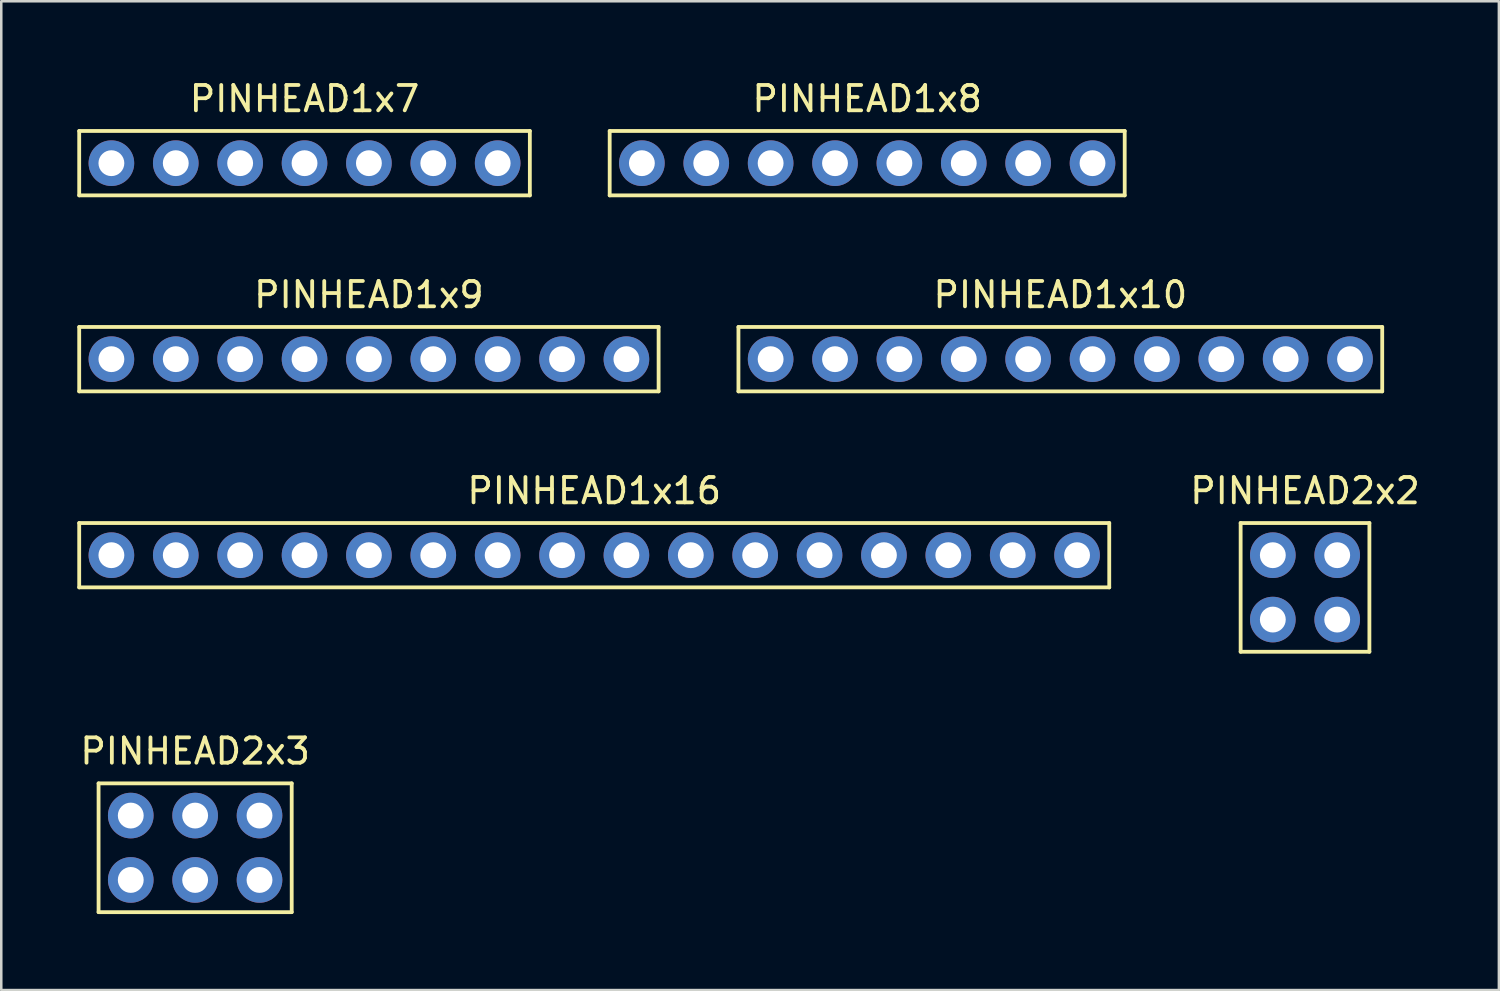
<source format=kicad_pcb>
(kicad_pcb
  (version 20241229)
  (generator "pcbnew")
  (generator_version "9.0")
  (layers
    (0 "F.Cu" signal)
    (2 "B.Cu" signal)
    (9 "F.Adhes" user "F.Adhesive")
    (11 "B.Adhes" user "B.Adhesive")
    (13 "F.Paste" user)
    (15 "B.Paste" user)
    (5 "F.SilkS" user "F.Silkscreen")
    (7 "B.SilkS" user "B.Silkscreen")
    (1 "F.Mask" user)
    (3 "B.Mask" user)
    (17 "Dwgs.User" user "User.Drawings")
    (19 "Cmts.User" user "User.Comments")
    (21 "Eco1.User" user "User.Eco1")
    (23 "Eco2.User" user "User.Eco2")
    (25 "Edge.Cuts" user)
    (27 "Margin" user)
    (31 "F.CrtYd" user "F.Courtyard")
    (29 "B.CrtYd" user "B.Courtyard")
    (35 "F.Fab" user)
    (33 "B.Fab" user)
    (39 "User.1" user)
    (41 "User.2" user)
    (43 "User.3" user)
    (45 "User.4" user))
  (footprint "PINHEAD1x10"
    (layer "F.Cu")
    (at 38.785 11.121)
    (property "Reference" "PINHEAD1x10" (at 0 -2.54 0) (layer "F.SilkS") (effects (font (size 1 1) (thickness 0.15))))
    (attr through_hole)
    (fp_line (start -12.7 -1.27) (end 12.7 -1.27) (stroke (width 0.15) (type solid)) (layer "F.SilkS"))
    (fp_line (start -12.7 1.27) (end -12.7 -1.27) (stroke (width 0.15) (type solid)) (layer "F.SilkS"))
    (fp_line (start 12.7 -1.27) (end 12.7 1.27) (stroke (width 0.15) (type solid)) (layer "F.SilkS"))
    (fp_line (start 12.7 1.27) (end -12.7 1.27) (stroke (width 0.15) (type solid)) (layer "F.SilkS"))
    (pad "1" thru_hole circle (at -11.43 0) (size 1.8 1.8) (drill 1.02) (layers "*.Cu" "*.Mask"))
    (pad "2" thru_hole circle (at -8.89 0) (size 1.8 1.8) (drill 1.02) (layers "*.Cu" "*.Mask"))
    (pad "3" thru_hole circle (at -6.35 0) (size 1.8 1.8) (drill 1.02) (layers "*.Cu" "*.Mask"))
    (pad "4" thru_hole circle (at -3.81 0) (size 1.8 1.8) (drill 1.02) (layers "*.Cu" "*.Mask"))
    (pad "5" thru_hole circle (at -1.27 0) (size 1.8 1.8) (drill 1.02) (layers "*.Cu" "*.Mask"))
    (pad "6" thru_hole circle (at 1.27 0) (size 1.8 1.8) (drill 1.02) (layers "*.Cu" "*.Mask"))
    (pad "7" thru_hole circle (at 3.81 0) (size 1.8 1.8) (drill 1.02) (layers "*.Cu" "*.Mask"))
    (pad "8" thru_hole circle (at 6.35 0) (size 1.8 1.8) (drill 1.02) (layers "*.Cu" "*.Mask"))
    (pad "9" thru_hole circle (at 8.89 0) (size 1.8 1.8) (drill 1.02) (layers "*.Cu" "*.Mask"))
    (pad "10" thru_hole circle (at 11.43 0) (size 1.8 1.8) (drill 1.02) (layers "*.Cu" "*.Mask")))
  (footprint "PINHEAD1x7"
    (layer "F.Cu")
    (at 8.965 3.388)
    (property "Reference" "PINHEAD1x7" (at 0 -2.54 0) (layer "F.SilkS") (effects (font (size 1 1) (thickness 0.15))))
    (attr through_hole)
    (fp_line (start -8.89 -1.27) (end 8.89 -1.27) (stroke (width 0.15) (type solid)) (layer "F.SilkS"))
    (fp_line (start -8.89 1.27) (end -8.89 -1.27) (stroke (width 0.15) (type solid)) (layer "F.SilkS"))
    (fp_line (start 8.89 -1.27) (end 8.89 1.27) (stroke (width 0.15) (type solid)) (layer "F.SilkS"))
    (fp_line (start 8.89 1.27) (end -8.89 1.27) (stroke (width 0.15) (type solid)) (layer "F.SilkS"))
    (pad "1" thru_hole circle (at -7.62 0) (size 1.8 1.8) (drill 1.02) (layers "*.Cu" "*.Mask"))
    (pad "2" thru_hole circle (at -5.08 0) (size 1.8 1.8) (drill 1.02) (layers "*.Cu" "*.Mask"))
    (pad "3" thru_hole circle (at -2.54 0) (size 1.8 1.8) (drill 1.02) (layers "*.Cu" "*.Mask"))
    (pad "4" thru_hole circle (at 0 0) (size 1.8 1.8) (drill 1.02) (layers "*.Cu" "*.Mask"))
    (pad "5" thru_hole circle (at 2.54 0) (size 1.8 1.8) (drill 1.02) (layers "*.Cu" "*.Mask"))
    (pad "6" thru_hole circle (at 5.08 0) (size 1.8 1.8) (drill 1.02) (layers "*.Cu" "*.Mask"))
    (pad "7" thru_hole circle (at 7.62 0) (size 1.8 1.8) (drill 1.02) (layers "*.Cu" "*.Mask")))
  (footprint "PINHEAD1x9"
    (layer "F.Cu")
    (at 11.505 11.121)
    (property "Reference" "PINHEAD1x9" (at 0 -2.54 0) (layer "F.SilkS") (effects (font (size 1 1) (thickness 0.15))))
    (attr through_hole)
    (fp_line (start -11.43 -1.27) (end 11.43 -1.27) (stroke (width 0.15) (type solid)) (layer "F.SilkS"))
    (fp_line (start -11.43 1.27) (end -11.43 -1.27) (stroke (width 0.15) (type solid)) (layer "F.SilkS"))
    (fp_line (start 11.43 -1.27) (end 11.43 1.27) (stroke (width 0.15) (type solid)) (layer "F.SilkS"))
    (fp_line (start 11.43 1.27) (end -11.43 1.27) (stroke (width 0.15) (type solid)) (layer "F.SilkS"))
    (pad "1" thru_hole circle (at -10.16 0) (size 1.8 1.8) (drill 1.02) (layers "*.Cu" "*.Mask"))
    (pad "2" thru_hole circle (at -7.62 0) (size 1.8 1.8) (drill 1.02) (layers "*.Cu" "*.Mask"))
    (pad "3" thru_hole circle (at -5.08 0) (size 1.8 1.8) (drill 1.02) (layers "*.Cu" "*.Mask"))
    (pad "4" thru_hole circle (at -2.54 0) (size 1.8 1.8) (drill 1.02) (layers "*.Cu" "*.Mask"))
    (pad "5" thru_hole circle (at 0 0) (size 1.8 1.8) (drill 1.02) (layers "*.Cu" "*.Mask"))
    (pad "6" thru_hole circle (at 2.54 0) (size 1.8 1.8) (drill 1.02) (layers "*.Cu" "*.Mask"))
    (pad "7" thru_hole circle (at 5.08 0) (size 1.8 1.8) (drill 1.02) (layers "*.Cu" "*.Mask"))
    (pad "8" thru_hole circle (at 7.62 0) (size 1.8 1.8) (drill 1.02) (layers "*.Cu" "*.Mask"))
    (pad "9" thru_hole circle (at 10.16 0) (size 1.8 1.8) (drill 1.02) (layers "*.Cu" "*.Mask")))
  (footprint "PINHEAD2x2"
    (layer "F.Cu")
    (at 48.439 20.125)
    (property "Reference" "PINHEAD2x2" (at 0 -3.81 0) (layer "F.SilkS") (effects (font (size 1 1) (thickness 0.15))))
    (attr through_hole)
    (fp_line (start -2.54 -2.54) (end 2.54 -2.54) (stroke (width 0.15) (type solid)) (layer "F.SilkS"))
    (fp_line (start -2.54 2.54) (end -2.54 -2.54) (stroke (width 0.15) (type solid)) (layer "F.SilkS"))
    (fp_line (start 2.54 -2.54) (end 2.54 2.54) (stroke (width 0.15) (type solid)) (layer "F.SilkS"))
    (fp_line (start 2.54 2.54) (end -2.54 2.54) (stroke (width 0.15) (type solid)) (layer "F.SilkS"))
    (pad "1" thru_hole circle (at -1.27 1.27) (size 1.8 1.8) (drill 1.02) (layers "*.Cu" "*.Mask"))
    (pad "2" thru_hole circle (at 1.27 1.27) (size 1.8 1.8) (drill 1.02) (layers "*.Cu" "*.Mask"))
    (pad "3" thru_hole circle (at 1.27 -1.27) (size 1.8 1.8) (drill 1.02) (layers "*.Cu" "*.Mask"))
    (pad "4" thru_hole circle (at -1.27 -1.27) (size 1.8 1.8) (drill 1.02) (layers "*.Cu" "*.Mask")))
  (footprint "PINHEAD1x16"
    (layer "F.Cu")
    (at 20.395 18.855)
    (property "Reference" "PINHEAD1x16" (at 0 -2.54 0) (layer "F.SilkS") (effects (font (size 1 1) (thickness 0.15))))
    (attr through_hole)
    (fp_line (start -20.32 -1.27) (end 20.32 -1.27) (stroke (width 0.15) (type solid)) (layer "F.SilkS"))
    (fp_line (start -20.32 1.27) (end -20.32 -1.27) (stroke (width 0.15) (type solid)) (layer "F.SilkS"))
    (fp_line (start 20.32 -1.27) (end 20.32 1.27) (stroke (width 0.15) (type solid)) (layer "F.SilkS"))
    (fp_line (start 20.32 1.27) (end -20.32 1.27) (stroke (width 0.15) (type solid)) (layer "F.SilkS"))
    (pad "1" thru_hole circle (at -19.05 0) (size 1.8 1.8) (drill 1.02) (layers "*.Cu" "*.Mask"))
    (pad "2" thru_hole circle (at -16.51 0) (size 1.8 1.8) (drill 1.02) (layers "*.Cu" "*.Mask"))
    (pad "3" thru_hole circle (at -13.97 0) (size 1.8 1.8) (drill 1.02) (layers "*.Cu" "*.Mask"))
    (pad "4" thru_hole circle (at -11.43 0) (size 1.8 1.8) (drill 1.02) (layers "*.Cu" "*.Mask"))
    (pad "5" thru_hole circle (at -8.89 0) (size 1.8 1.8) (drill 1.02) (layers "*.Cu" "*.Mask"))
    (pad "6" thru_hole circle (at -6.35 0) (size 1.8 1.8) (drill 1.02) (layers "*.Cu" "*.Mask"))
    (pad "7" thru_hole circle (at -3.81 0) (size 1.8 1.8) (drill 1.02) (layers "*.Cu" "*.Mask"))
    (pad "8" thru_hole circle (at -1.27 0) (size 1.8 1.8) (drill 1.02) (layers "*.Cu" "*.Mask"))
    (pad "9" thru_hole circle (at 1.27 0) (size 1.8 1.8) (drill 1.02) (layers "*.Cu" "*.Mask"))
    (pad "10" thru_hole circle (at 3.81 0) (size 1.8 1.8) (drill 1.02) (layers "*.Cu" "*.Mask"))
    (pad "11" thru_hole circle (at 6.35 0) (size 1.8 1.8) (drill 1.02) (layers "*.Cu" "*.Mask"))
    (pad "12" thru_hole circle (at 8.89 0) (size 1.8 1.8) (drill 1.02) (layers "*.Cu" "*.Mask"))
    (pad "13" thru_hole circle (at 11.43 0) (size 1.8 1.8) (drill 1.02) (layers "*.Cu" "*.Mask"))
    (pad "14" thru_hole circle (at 13.97 0) (size 1.8 1.8) (drill 1.02) (layers "*.Cu" "*.Mask"))
    (pad "15" thru_hole circle (at 16.51 0) (size 1.8 1.8) (drill 1.02) (layers "*.Cu" "*.Mask"))
    (pad "16" thru_hole circle (at 19.05 0) (size 1.8 1.8) (drill 1.02) (layers "*.Cu" "*.Mask")))
  (footprint "PINHEAD2x3"
    (layer "F.Cu")
    (at 4.649 30.398)
    (property "Reference" "PINHEAD2x3" (at 0 -3.81 0) (layer "F.SilkS") (effects (font (size 1 1) (thickness 0.15))))
    (attr through_hole)
    (fp_line (start -3.81 -2.54) (end 3.81 -2.54) (stroke (width 0.15) (type solid)) (layer "F.SilkS"))
    (fp_line (start -3.81 2.54) (end -3.81 -2.54) (stroke (width 0.15) (type solid)) (layer "F.SilkS"))
    (fp_line (start 3.81 -2.54) (end 3.81 2.54) (stroke (width 0.15) (type solid)) (layer "F.SilkS"))
    (fp_line (start 3.81 2.54) (end -3.81 2.54) (stroke (width 0.15) (type solid)) (layer "F.SilkS"))
    (pad "1" thru_hole circle (at -2.54 1.27) (size 1.8 1.8) (drill 1.02) (layers "*.Cu" "*.Mask"))
    (pad "2" thru_hole circle (at 0 1.27) (size 1.8 1.8) (drill 1.02) (layers "*.Cu" "*.Mask"))
    (pad "3" thru_hole circle (at 2.54 1.27) (size 1.8 1.8) (drill 1.02) (layers "*.Cu" "*.Mask"))
    (pad "4" thru_hole circle (at 2.54 -1.27) (size 1.8 1.8) (drill 1.02) (layers "*.Cu" "*.Mask"))
    (pad "5" thru_hole circle (at 0 -1.27) (size 1.8 1.8) (drill 1.02) (layers "*.Cu" "*.Mask"))
    (pad "6" thru_hole circle (at -2.54 -1.27) (size 1.8 1.8) (drill 1.02) (layers "*.Cu" "*.Mask")))
  (footprint "PINHEAD1x8"
    (layer "F.Cu")
    (at 31.165 3.388)
    (property "Reference" "PINHEAD1x8" (at 0 -2.54 0) (layer "F.SilkS") (effects (font (size 1 1) (thickness 0.15))))
    (attr through_hole)
    (fp_line (start -10.16 -1.27) (end 10.16 -1.27) (stroke (width 0.15) (type solid)) (layer "F.SilkS"))
    (fp_line (start -10.16 1.27) (end -10.16 -1.27) (stroke (width 0.15) (type solid)) (layer "F.SilkS"))
    (fp_line (start 10.16 -1.27) (end 10.16 1.27) (stroke (width 0.15) (type solid)) (layer "F.SilkS"))
    (fp_line (start 10.16 1.27) (end -10.16 1.27) (stroke (width 0.15) (type solid)) (layer "F.SilkS"))
    (pad "1" thru_hole circle (at -8.89 0) (size 1.8 1.8) (drill 1.02) (layers "*.Cu" "*.Mask"))
    (pad "2" thru_hole circle (at -6.35 0) (size 1.8 1.8) (drill 1.02) (layers "*.Cu" "*.Mask"))
    (pad "3" thru_hole circle (at -3.81 0) (size 1.8 1.8) (drill 1.02) (layers "*.Cu" "*.Mask"))
    (pad "4" thru_hole circle (at -1.27 0) (size 1.8 1.8) (drill 1.02) (layers "*.Cu" "*.Mask"))
    (pad "5" thru_hole circle (at 1.27 0) (size 1.8 1.8) (drill 1.02) (layers "*.Cu" "*.Mask"))
    (pad "6" thru_hole circle (at 3.81 0) (size 1.8 1.8) (drill 1.02) (layers "*.Cu" "*.Mask"))
    (pad "7" thru_hole circle (at 6.35 0) (size 1.8 1.8) (drill 1.02) (layers "*.Cu" "*.Mask"))
    (pad "8" thru_hole circle (at 8.89 0) (size 1.8 1.8) (drill 1.02) (layers "*.Cu" "*.Mask")))
  (gr_rect
    (start -3 -3)
    (end 56.088 36.013)
    (stroke (width 0.1) (type default))
    (fill no)
    (layer "Edge.Cuts")))
</source>
